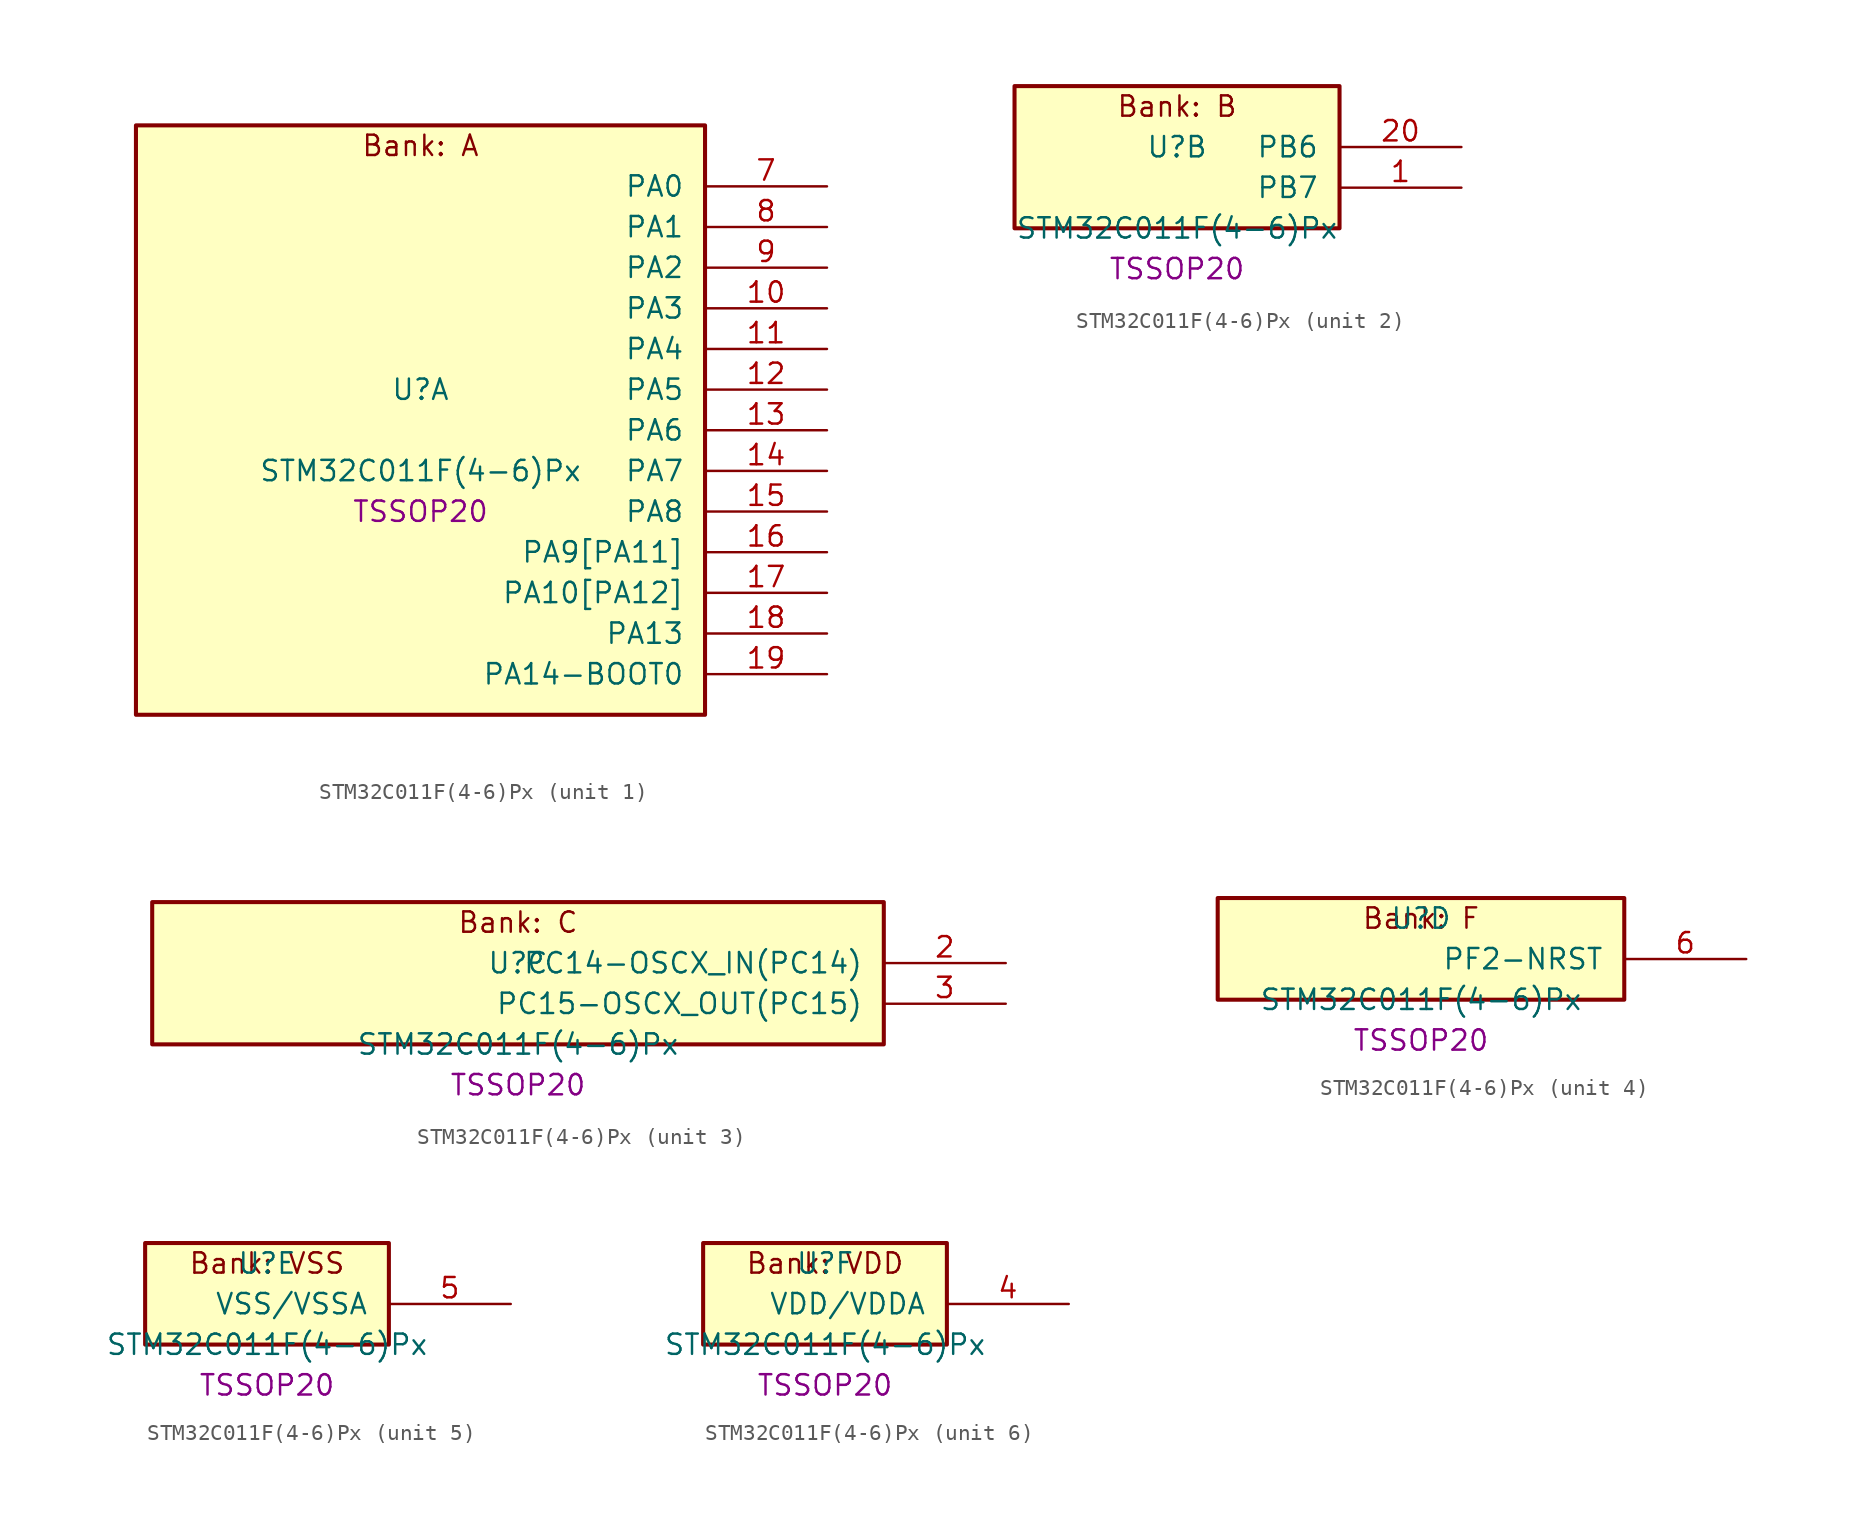
<source format=kicad_sym>
(kicad_symbol_lib
  (version 20241209)
  (generator "stm32_pkl_generator")
  (generator_version "1.0")
  (symbol "STM32C011F(4-6)Px"
    (pin_names
      (offset 1.27))
    (property "Reference" "U"
      (at 0 2.54 0))
    (property "Value" "STM32C011F(4-6)Px"
      (at 0 -2.54 0))
    (property "Footprint" "TSSOP20"
      (at 0 -5.08 0))
    (symbol "STM32C011F(4-6)Px_1_1"
      (rectangle (start -17.78 19.05) (end 17.78 -17.78) (stroke (width 0.254) (type solid)) (fill (type background)))
      (text "Bank: A" (at 0 17.78 0))
      (pin bidirectional line (at 25.4 15.24 180) (length 7.62) (name "PA0") (number "7") (alternate "PA0/ADC1_IN0" bidirectional line) (alternate "PA0/PWR_WKUP1" bidirectional line) (alternate "PA0/TIM16_CH1" bidirectional line) (alternate "PA0/TIM1_CH1" bidirectional line) (alternate "PA0/USART1_TX" bidirectional line) (alternate "PA0/USART2_CTS" bidirectional line) (alternate "PA0/USART2_NSS" bidirectional line))
      (pin bidirectional line (at 25.4 12.7 180) (length 7.62) (name "PA1") (number "8") (alternate "PA1/ADC1_IN1" bidirectional line) (alternate "PA1/I2C1_SMBA" bidirectional line) (alternate "PA1/I2S1_CK" bidirectional line) (alternate "PA1/SPI1_SCK" bidirectional line) (alternate "PA1/TIM17_CH1" bidirectional line) (alternate "PA1/TIM1_CH2" bidirectional line) (alternate "PA1/USART1_RX" bidirectional line) (alternate "PA1/USART2_CK" bidirectional line) (alternate "PA1/USART2_DE" bidirectional line) (alternate "PA1/USART2_RTS" bidirectional line))
      (pin bidirectional line (at 25.4 10.16 180) (length 7.62) (name "PA2") (number "9") (alternate "PA2/ADC1_IN2" bidirectional line) (alternate "PA2/I2S1_SD" bidirectional line) (alternate "PA2/PWR_WKUP4" bidirectional line) (alternate "PA2/RCC_LSCO" bidirectional line) (alternate "PA2/SPI1_MOSI" bidirectional line) (alternate "PA2/TIM16_CH1N" bidirectional line) (alternate "PA2/TIM1_CH3" bidirectional line) (alternate "PA2/TIM3_ETR" bidirectional line) (alternate "PA2/USART2_TX" bidirectional line))
      (pin bidirectional line (at 25.4 7.62 180) (length 7.62) (name "PA3") (number "10") (alternate "PA3/ADC1_IN3" bidirectional line) (alternate "PA3/TIM1_CH1N" bidirectional line) (alternate "PA3/TIM1_CH4" bidirectional line) (alternate "PA3/USART2_RX" bidirectional line))
      (pin bidirectional line (at 25.4 5.08 180) (length 7.62) (name "PA4") (number "11") (alternate "PA4/ADC1_IN4" bidirectional line) (alternate "PA4/I2S1_WS" bidirectional line) (alternate "PA4/PWR_WKUP2" bidirectional line) (alternate "PA4/RTC_OUT1" bidirectional line) (alternate "PA4/RTC_TS" bidirectional line) (alternate "PA4/SPI1_NSS" bidirectional line) (alternate "PA4/TIM14_CH1" bidirectional line) (alternate "PA4/TIM17_CH1N" bidirectional line) (alternate "PA4/TIM1_CH2N" bidirectional line) (alternate "PA4/USART2_TX" bidirectional line))
      (pin bidirectional line (at 25.4 2.54 180) (length 7.62) (name "PA5") (number "12") (alternate "PA5/ADC1_IN5" bidirectional line) (alternate "PA5/I2S1_CK" bidirectional line) (alternate "PA5/SPI1_SCK" bidirectional line) (alternate "PA5/TIM1_CH1" bidirectional line) (alternate "PA5/TIM1_CH3N" bidirectional line) (alternate "PA5/USART2_RX" bidirectional line))
      (pin bidirectional line (at 25.4 0 180) (length 7.62) (name "PA6") (number "13") (alternate "PA6/ADC1_IN6" bidirectional line) (alternate "PA6/I2S1_MCK" bidirectional line) (alternate "PA6/SPI1_MISO" bidirectional line) (alternate "PA6/TIM16_CH1" bidirectional line) (alternate "PA6/TIM1_BKIN" bidirectional line) (alternate "PA6/TIM3_CH1" bidirectional line))
      (pin bidirectional line (at 25.4 -2.54 180) (length 7.62) (name "PA7") (number "14") (alternate "PA7/ADC1_IN7" bidirectional line) (alternate "PA7/I2S1_SD" bidirectional line) (alternate "PA7/SPI1_MOSI" bidirectional line) (alternate "PA7/TIM14_CH1" bidirectional line) (alternate "PA7/TIM17_CH1" bidirectional line) (alternate "PA7/TIM1_CH1N" bidirectional line) (alternate "PA7/TIM3_CH2" bidirectional line))
      (pin bidirectional line (at 25.4 -5.08 180) (length 7.62) (name "PA8") (number "15") (alternate "PA8/ADC1_IN8" bidirectional line) (alternate "PA8/I2S1_WS" bidirectional line) (alternate "PA8/RCC_MCO" bidirectional line) (alternate "PA8/RCC_MCO_2" bidirectional line) (alternate "PA8/SPI1_NSS" bidirectional line) (alternate "PA8/TIM14_CH1" bidirectional line) (alternate "PA8/TIM1_CH1" bidirectional line) (alternate "PA8/TIM1_CH2N" bidirectional line) (alternate "PA8/TIM1_CH3N" bidirectional line) (alternate "PA8/TIM3_CH3" bidirectional line) (alternate "PA8/TIM3_CH4" bidirectional line) (alternate "PA8/USART1_RX" bidirectional line) (alternate "PA8/USART2_TX" bidirectional line))
      (pin bidirectional line (at 25.4 -7.62 180) (length 7.62) (name "PA9[PA11]") (number "16") (alternate "PA9[PA11]/I2C1_SCL" bidirectional line) (alternate "PA9[PA11]/RCC_MCO" bidirectional line) (alternate "PA9[PA11]/TIM1_CH2" bidirectional line) (alternate "PA9[PA11]/TIM3_ETR" bidirectional line) (alternate "PA9[PA11]/USART1_TX" bidirectional line) (alternate "PA9[PA11]/PA11[PA9]" bidirectional line) (alternate "PA9[PA11]/ADC1_EXTI11" bidirectional line) (alternate "PA9[PA11]/ADC1_IN11" bidirectional line) (alternate "PA9[PA11]/I2S1_MCK" bidirectional line) (alternate "PA9[PA11]/SPI1_MISO" bidirectional line) (alternate "PA9[PA11]/TIM1_BKIN2" bidirectional line) (alternate "PA9[PA11]/TIM1_CH4" bidirectional line) (alternate "PA9[PA11]/USART1_CTS" bidirectional line) (alternate "PA9[PA11]/USART1_NSS" bidirectional line))
      (pin bidirectional line (at 25.4 -10.16 180) (length 7.62) (name "PA10[PA12]") (number "17") (alternate "PA10[PA12]/I2C1_SDA" bidirectional line) (alternate "PA10[PA12]/RCC_MCO_2" bidirectional line) (alternate "PA10[PA12]/TIM17_BKIN" bidirectional line) (alternate "PA10[PA12]/TIM1_CH3" bidirectional line) (alternate "PA10[PA12]/USART1_RX" bidirectional line) (alternate "PA10[PA12]/PA12[PA10]" bidirectional line) (alternate "PA10[PA12]/ADC1_IN12" bidirectional line) (alternate "PA10[PA12]/I2S1_SD" bidirectional line) (alternate "PA10[PA12]/I2S_CKIN" bidirectional line) (alternate "PA10[PA12]/SPI1_MOSI" bidirectional line) (alternate "PA10[PA12]/TIM1_ETR" bidirectional line) (alternate "PA10[PA12]/USART1_CK" bidirectional line) (alternate "PA10[PA12]/USART1_DE" bidirectional line) (alternate "PA10[PA12]/USART1_RTS" bidirectional line))
      (pin bidirectional line (at 25.4 -12.7 180) (length 7.62) (name "PA13") (number "18") (alternate "PA13/ADC1_IN13" bidirectional line) (alternate "PA13/DEBUG_SWDIO" bidirectional line) (alternate "PA13/IR_OUT" bidirectional line) (alternate "PA13/TIM3_ETR" bidirectional line) (alternate "PA13/USART2_RX" bidirectional line))
      (pin bidirectional line (at 25.4 -15.24 180) (length 7.62) (name "PA14-BOOT0") (number "19") (alternate "PA14-BOOT0/ADC1_IN14" bidirectional line) (alternate "PA14-BOOT0/DEBUG_SWCLK" bidirectional line) (alternate "PA14-BOOT0/I2S1_WS" bidirectional line) (alternate "PA14-BOOT0/RCC_MCO_2" bidirectional line) (alternate "PA14-BOOT0/SPI1_NSS" bidirectional line) (alternate "PA14-BOOT0/TIM1_CH1" bidirectional line) (alternate "PA14-BOOT0/USART1_CK" bidirectional line) (alternate "PA14-BOOT0/USART1_DE" bidirectional line) (alternate "PA14-BOOT0/USART1_RTS" bidirectional line) (alternate "PA14-BOOT0/USART2_RX" bidirectional line) (alternate "PA14-BOOT0/USART2_TX" bidirectional line)))
    (symbol "STM32C011F(4-6)Px_2_1"
      (rectangle (start -10.16 6.35) (end 10.16 -2.54) (stroke (width 0.254) (type solid)) (fill (type background)))
      (text "Bank: B" (at 0 5.08 0))
      (pin bidirectional line (at 17.78 2.54 180) (length 7.62) (name "PB6") (number "20") (alternate "PB6/I2C1_SCL" bidirectional line) (alternate "PB6/I2C1_SMBA" bidirectional line) (alternate "PB6/I2S1_CK" bidirectional line) (alternate "PB6/I2S1_MCK" bidirectional line) (alternate "PB6/I2S1_SD" bidirectional line) (alternate "PB6/PWR_WKUP3" bidirectional line) (alternate "PB6/SPI1_MISO" bidirectional line) (alternate "PB6/SPI1_MOSI" bidirectional line) (alternate "PB6/SPI1_SCK" bidirectional line) (alternate "PB6/TIM16_BKIN" bidirectional line) (alternate "PB6/TIM16_CH1N" bidirectional line) (alternate "PB6/TIM17_BKIN" bidirectional line) (alternate "PB6/TIM1_CH2" bidirectional line) (alternate "PB6/TIM1_CH3" bidirectional line) (alternate "PB6/TIM3_CH1" bidirectional line) (alternate "PB6/TIM3_CH2" bidirectional line) (alternate "PB6/TIM3_CH3" bidirectional line) (alternate "PB6/USART1_CK" bidirectional line) (alternate "PB6/USART1_CTS" bidirectional line) (alternate "PB6/USART1_DE" bidirectional line) (alternate "PB6/USART1_NSS" bidirectional line) (alternate "PB6/USART1_RTS" bidirectional line) (alternate "PB6/USART1_TX" bidirectional line))
      (pin bidirectional line (at 17.78 0 180) (length 7.62) (name "PB7") (number "1") (alternate "PB7/I2C1_SCL" bidirectional line) (alternate "PB7/I2C1_SDA" bidirectional line) (alternate "PB7/RTC_REFIN" bidirectional line) (alternate "PB7/TIM16_CH1" bidirectional line) (alternate "PB7/TIM17_CH1N" bidirectional line) (alternate "PB7/TIM1_CH4" bidirectional line) (alternate "PB7/TIM3_CH1" bidirectional line) (alternate "PB7/TIM3_CH4" bidirectional line) (alternate "PB7/USART1_RX" bidirectional line) (alternate "PB7/USART2_CTS" bidirectional line) (alternate "PB7/USART2_NSS" bidirectional line)))
    (symbol "STM32C011F(4-6)Px_3_1"
      (rectangle (start -22.86 6.35) (end 22.86 -2.54) (stroke (width 0.254) (type solid)) (fill (type background)))
      (text "Bank: C" (at 0 5.08 0))
      (pin bidirectional line (at 30.48 2.54 180) (length 7.62) (name "PC14-OSCX_IN(PC14)") (number "2") (alternate "PC14-OSCX_IN(PC14)/I2C1_SDA" bidirectional line) (alternate "PC14-OSCX_IN(PC14)/IR_OUT" bidirectional line) (alternate "PC14-OSCX_IN(PC14)/RCC_OSCX_IN" bidirectional line) (alternate "PC14-OSCX_IN(PC14)/TIM17_CH1" bidirectional line) (alternate "PC14-OSCX_IN(PC14)/TIM1_BKIN2" bidirectional line) (alternate "PC14-OSCX_IN(PC14)/TIM1_ETR" bidirectional line) (alternate "PC14-OSCX_IN(PC14)/TIM3_CH2" bidirectional line) (alternate "PC14-OSCX_IN(PC14)/USART1_TX" bidirectional line) (alternate "PC14-OSCX_IN(PC14)/USART2_CK" bidirectional line) (alternate "PC14-OSCX_IN(PC14)/USART2_DE" bidirectional line) (alternate "PC14-OSCX_IN(PC14)/USART2_RTS" bidirectional line))
      (pin bidirectional line (at 30.48 0 180) (length 7.62) (name "PC15-OSCX_OUT(PC15)") (number "3") (alternate "PC15-OSCX_OUT(PC15)/RCC_OSC32_EN" bidirectional line) (alternate "PC15-OSCX_OUT(PC15)/RCC_OSCX_OUT" bidirectional line) (alternate "PC15-OSCX_OUT(PC15)/RCC_OSC_EN" bidirectional line) (alternate "PC15-OSCX_OUT(PC15)/TIM1_ETR" bidirectional line) (alternate "PC15-OSCX_OUT(PC15)/TIM3_CH3" bidirectional line)))
    (symbol "STM32C011F(4-6)Px_4_1"
      (rectangle (start -12.7 3.81) (end 12.7 -2.54) (stroke (width 0.254) (type solid)) (fill (type background)))
      (text "Bank: F" (at 0 2.54 0))
      (pin bidirectional line (at 20.32 0 180) (length 7.62) (name "PF2-NRST") (number "6") (alternate "PF2-NRST/RCC_MCO" bidirectional line) (alternate "PF2-NRST/TIM1_CH4" bidirectional line)))
    (symbol "STM32C011F(4-6)Px_5_1"
      (rectangle (start -7.62 3.81) (end 7.62 -2.54) (stroke (width 0.254) (type solid)) (fill (type background)))
      (text "Bank: VSS" (at 0 2.54 0))
      (pin power_in line (at 15.24 0 180) (length 7.62) (name "VSS/VSSA") (number "5")))
    (symbol "STM32C011F(4-6)Px_6_1"
      (rectangle (start -7.62 3.81) (end 7.62 -2.54) (stroke (width 0.254) (type solid)) (fill (type background)))
      (text "Bank: VDD" (at 0 2.54 0))
      (pin power_in line (at 15.24 0 180) (length 7.62) (name "VDD/VDDA") (number "4")))))
</source>
